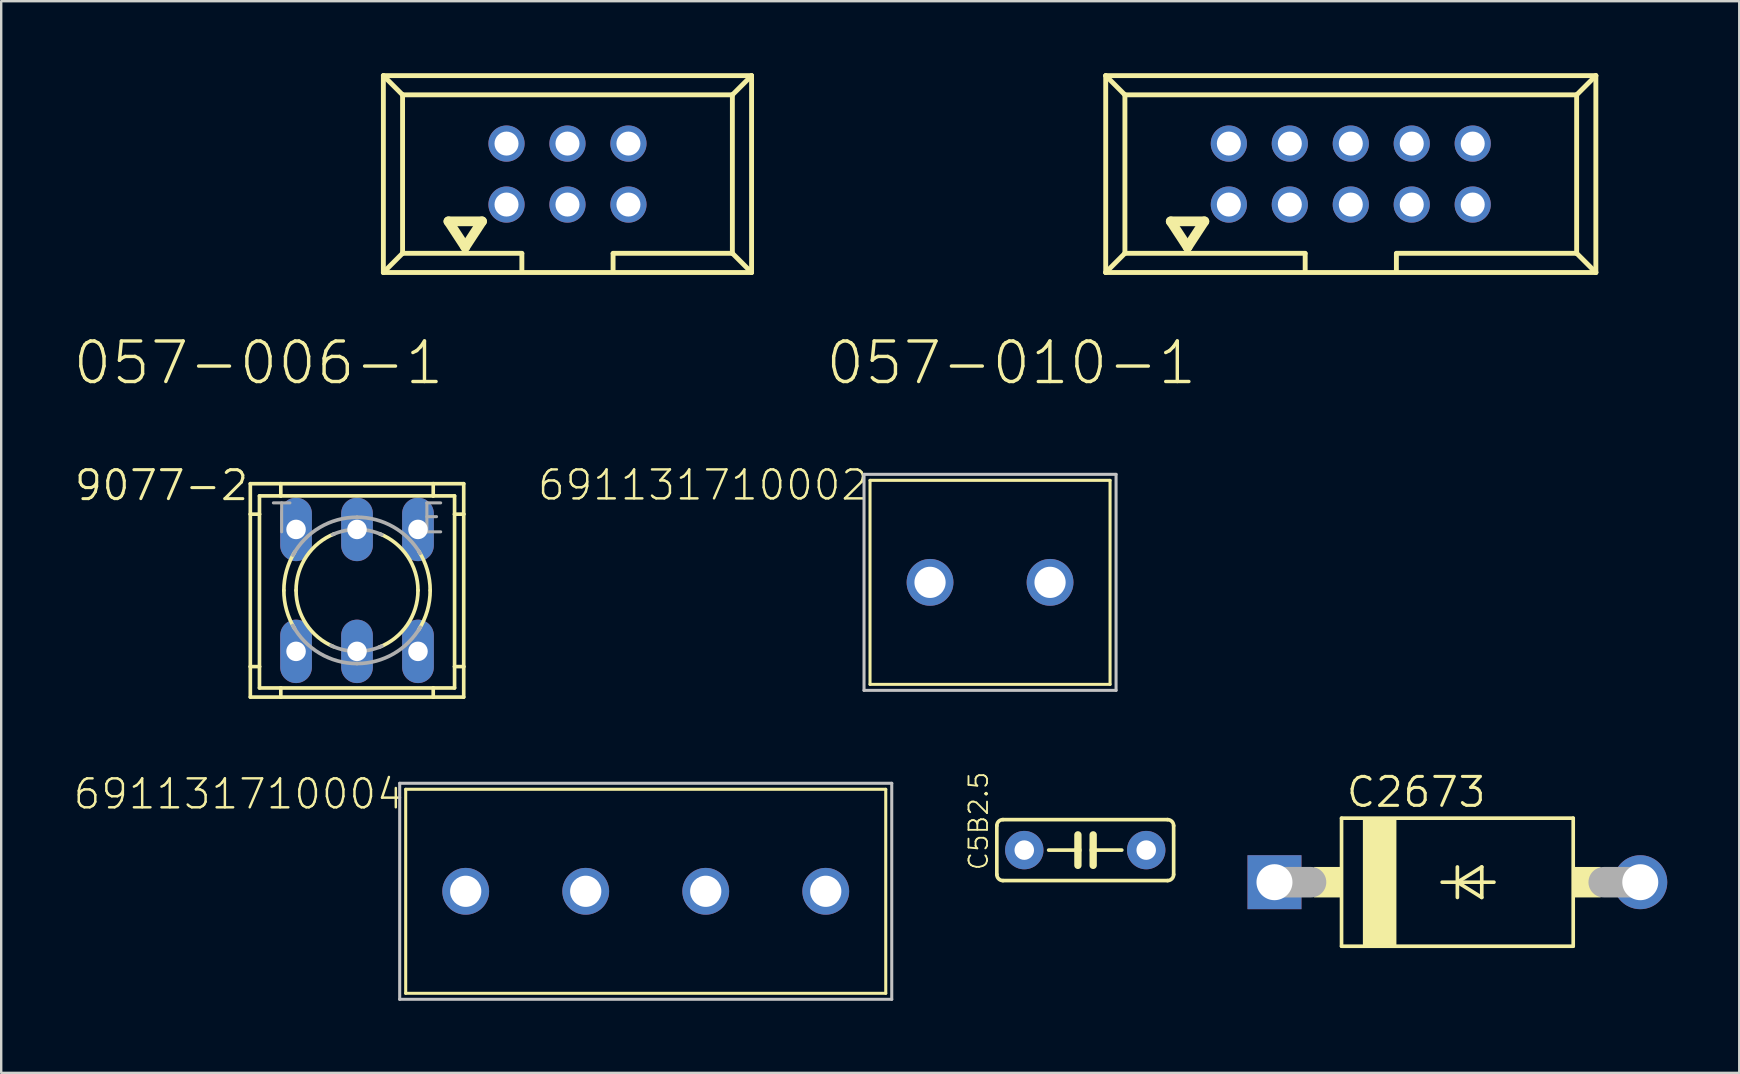
<source format=kicad_pcb>
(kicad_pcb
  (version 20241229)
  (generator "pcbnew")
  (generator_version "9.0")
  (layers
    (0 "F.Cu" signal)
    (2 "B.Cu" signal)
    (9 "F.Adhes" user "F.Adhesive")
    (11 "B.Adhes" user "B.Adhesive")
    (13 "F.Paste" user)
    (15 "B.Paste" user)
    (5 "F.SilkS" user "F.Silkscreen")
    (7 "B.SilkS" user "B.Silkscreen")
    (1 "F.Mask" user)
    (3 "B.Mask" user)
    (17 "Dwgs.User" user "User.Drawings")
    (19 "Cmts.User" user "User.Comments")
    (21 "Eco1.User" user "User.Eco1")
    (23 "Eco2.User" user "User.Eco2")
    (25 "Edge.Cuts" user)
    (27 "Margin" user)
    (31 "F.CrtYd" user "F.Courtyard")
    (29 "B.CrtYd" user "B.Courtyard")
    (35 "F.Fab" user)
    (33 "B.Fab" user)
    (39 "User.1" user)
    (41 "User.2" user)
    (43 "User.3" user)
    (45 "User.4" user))
  (footprint "057-006-1"
    (layer "F.Cu")
    (at 20.592 4.202)
    (property "Reference" "057-006-1" (at -5.06 6.88 0) (layer "F.SilkS") (effects (font (size 1.689 1.689) (thickness 0.142)) (justify right top)))
    (attr through_hole)
    (fp_line (start -7.67 -4.1) (end -6.87 -3.3) (stroke (width 0.203) (type solid)) (layer "F.SilkS"))
    (fp_line (start -7.67 4.1) (end -7.67 -4.1) (stroke (width 0.203) (type solid)) (layer "F.SilkS"))
    (fp_line (start -7.67 4.1) (end -6.87 3.3) (stroke (width 0.203) (type solid)) (layer "F.SilkS"))
    (fp_line (start -7.67 4.1) (end 7.67 4.1) (stroke (width 0.203) (type solid)) (layer "F.SilkS"))
    (fp_line (start -6.87 -3.3) (end 6.87 -3.3) (stroke (width 0.203) (type solid)) (layer "F.SilkS"))
    (fp_line (start -6.87 3.3) (end -6.87 -3.3) (stroke (width 0.203) (type solid)) (layer "F.SilkS"))
    (fp_line (start -4.96 1.97) (end -4.26 3.04) (stroke (width 0.406) (type solid)) (layer "F.SilkS"))
    (fp_line (start -4.26 3.04) (end -3.56 1.97) (stroke (width 0.406) (type solid)) (layer "F.SilkS"))
    (fp_line (start -3.56 1.97) (end -4.96 1.97) (stroke (width 0.406) (type solid)) (layer "F.SilkS"))
    (fp_line (start -1.9 3.3) (end -6.87 3.3) (stroke (width 0.203) (type solid)) (layer "F.SilkS"))
    (fp_line (start -1.9 3.32) (end -1.9 4.03) (stroke (width 0.203) (type solid)) (layer "F.SilkS"))
    (fp_line (start 1.9 3.32) (end 1.9 4.03) (stroke (width 0.203) (type solid)) (layer "F.SilkS"))
    (fp_line (start 6.87 -3.3) (end 6.87 3.3) (stroke (width 0.203) (type solid)) (layer "F.SilkS"))
    (fp_line (start 6.87 3.3) (end 1.9 3.3) (stroke (width 0.203) (type solid)) (layer "F.SilkS"))
    (fp_line (start 6.87 3.3) (end 7.67 4.1) (stroke (width 0.203) (type solid)) (layer "F.SilkS"))
    (fp_line (start 7.67 -4.1) (end -7.67 -4.1) (stroke (width 0.203) (type solid)) (layer "F.SilkS"))
    (fp_line (start 7.67 -4.1) (end 6.87 -3.3) (stroke (width 0.203) (type solid)) (layer "F.SilkS"))
    (fp_line (start 7.67 4.1) (end 7.67 -4.1) (stroke (width 0.203) (type solid)) (layer "F.SilkS"))
    (pad "1" thru_hole circle (at -2.54 1.27) (size 1.508 1.508) (drill 1) (layers "*.Cu" "*.Mask"))
    (pad "2" thru_hole circle (at -2.54 -1.27) (size 1.508 1.508) (drill 1) (layers "*.Cu" "*.Mask"))
    (pad "3" thru_hole circle (at 0 1.27) (size 1.508 1.508) (drill 1) (layers "*.Cu" "*.Mask"))
    (pad "4" thru_hole circle (at 0 -1.27) (size 1.508 1.508) (drill 1) (layers "*.Cu" "*.Mask"))
    (pad "5" thru_hole circle (at 2.54 1.27) (size 1.508 1.508) (drill 1) (layers "*.Cu" "*.Mask"))
    (pad "6" thru_hole circle (at 2.54 -1.27) (size 1.508 1.508) (drill 1) (layers "*.Cu" "*.Mask")))
  (footprint "057-010-1"
    (layer "F.Cu")
    (at 53.226 4.202)
    (property "Reference" "057-010-1" (at -6.33 6.88 0) (layer "F.SilkS") (effects (font (size 1.689 1.689) (thickness 0.142)) (justify right top)))
    (attr through_hole)
    (fp_line (start -10.21 -4.1) (end -9.41 -3.3) (stroke (width 0.203) (type solid)) (layer "F.SilkS"))
    (fp_line (start -10.21 4.1) (end -10.21 -4.1) (stroke (width 0.203) (type solid)) (layer "F.SilkS"))
    (fp_line (start -10.21 4.1) (end -9.41 3.3) (stroke (width 0.203) (type solid)) (layer "F.SilkS"))
    (fp_line (start -10.21 4.1) (end 10.21 4.1) (stroke (width 0.203) (type solid)) (layer "F.SilkS"))
    (fp_line (start -9.41 -3.3) (end 9.41 -3.3) (stroke (width 0.203) (type solid)) (layer "F.SilkS"))
    (fp_line (start -9.41 3.3) (end -9.41 -3.3) (stroke (width 0.203) (type solid)) (layer "F.SilkS"))
    (fp_line (start -7.5 1.97) (end -6.8 3.04) (stroke (width 0.406) (type solid)) (layer "F.SilkS"))
    (fp_line (start -6.8 3.04) (end -6.1 1.97) (stroke (width 0.406) (type solid)) (layer "F.SilkS"))
    (fp_line (start -6.1 1.97) (end -7.5 1.97) (stroke (width 0.406) (type solid)) (layer "F.SilkS"))
    (fp_line (start -1.9 3.3) (end -9.41 3.3) (stroke (width 0.203) (type solid)) (layer "F.SilkS"))
    (fp_line (start -1.9 3.32) (end -1.9 4.03) (stroke (width 0.203) (type solid)) (layer "F.SilkS"))
    (fp_line (start 1.9 3.32) (end 1.9 4.03) (stroke (width 0.203) (type solid)) (layer "F.SilkS"))
    (fp_line (start 9.41 -3.3) (end 9.41 3.3) (stroke (width 0.203) (type solid)) (layer "F.SilkS"))
    (fp_line (start 9.41 3.3) (end 1.9 3.3) (stroke (width 0.203) (type solid)) (layer "F.SilkS"))
    (fp_line (start 9.41 3.3) (end 10.21 4.1) (stroke (width 0.203) (type solid)) (layer "F.SilkS"))
    (fp_line (start 10.21 -4.1) (end -10.21 -4.1) (stroke (width 0.203) (type solid)) (layer "F.SilkS"))
    (fp_line (start 10.21 -4.1) (end 9.41 -3.3) (stroke (width 0.203) (type solid)) (layer "F.SilkS"))
    (fp_line (start 10.21 4.1) (end 10.21 -4.1) (stroke (width 0.203) (type solid)) (layer "F.SilkS"))
    (pad "1" thru_hole circle (at -5.08 1.27) (size 1.508 1.508) (drill 1) (layers "*.Cu" "*.Mask"))
    (pad "2" thru_hole circle (at -5.08 -1.27) (size 1.508 1.508) (drill 1) (layers "*.Cu" "*.Mask"))
    (pad "3" thru_hole circle (at -2.54 1.27) (size 1.508 1.508) (drill 1) (layers "*.Cu" "*.Mask"))
    (pad "4" thru_hole circle (at -2.54 -1.27) (size 1.508 1.508) (drill 1) (layers "*.Cu" "*.Mask"))
    (pad "5" thru_hole circle (at 0 1.27) (size 1.508 1.508) (drill 1) (layers "*.Cu" "*.Mask"))
    (pad "6" thru_hole circle (at 0 -1.27) (size 1.508 1.508) (drill 1) (layers "*.Cu" "*.Mask"))
    (pad "7" thru_hole circle (at 2.54 1.27) (size 1.508 1.508) (drill 1) (layers "*.Cu" "*.Mask"))
    (pad "8" thru_hole circle (at 2.54 -1.27) (size 1.508 1.508) (drill 1) (layers "*.Cu" "*.Mask"))
    (pad "9" thru_hole circle (at 5.08 1.27) (size 1.508 1.508) (drill 1) (layers "*.Cu" "*.Mask"))
    (pad "10" thru_hole circle (at 5.08 -1.27) (size 1.508 1.508) (drill 1) (layers "*.Cu" "*.Mask")))
  (footprint "691131710002"
    (layer "F.Cu")
    (at 38.197 21.212)
    (property "Reference" "691131710002" (at -5 -4.758 0) (layer "F.SilkS") (effects (font (size 1.206 1.206) (thickness 0.102)) (justify right top)))
    (attr through_hole)
    (fp_line (start -5 -4.25) (end 5 -4.25) (stroke (width 0.127) (type solid)) (layer "F.SilkS"))
    (fp_line (start -5 4.25) (end -5 -4.25) (stroke (width 0.127) (type solid)) (layer "F.SilkS"))
    (fp_line (start 5 -4.25) (end 5 4.25) (stroke (width 0.127) (type solid)) (layer "F.SilkS"))
    (fp_line (start 5 4.25) (end -5 4.25) (stroke (width 0.127) (type solid)) (layer "F.SilkS"))
    (fp_line (start -5.25 -4.5) (end 5.25 -4.5) (stroke (width 0.127) (type solid)) (layer "Dwgs.User"))
    (fp_line (start -5.25 4.5) (end -5.25 -4.5) (stroke (width 0.127) (type solid)) (layer "Dwgs.User"))
    (fp_line (start 5.25 -4.5) (end 5.25 4.5) (stroke (width 0.127) (type solid)) (layer "Dwgs.User"))
    (fp_line (start 5.25 4.5) (end -5.25 4.5) (stroke (width 0.127) (type solid)) (layer "Dwgs.User"))
    (pad "1" thru_hole circle (at -2.5 0) (size 1.95 1.95) (drill 1.3) (layers "*.Cu" "*.Mask"))
    (pad "2" thru_hole circle (at 2.5 0) (size 1.95 1.95) (drill 1.3) (layers "*.Cu" "*.Mask")))
  (footprint "691131710004"
    (layer "F.Cu")
    (at 23.852 34.083)
    (property "Reference" "691131710004" (at -10 -4.758 0) (layer "F.SilkS") (effects (font (size 1.206 1.206) (thickness 0.102)) (justify right top)))
    (attr through_hole)
    (fp_line (start -10 -4.25) (end 10 -4.25) (stroke (width 0.127) (type solid)) (layer "F.SilkS"))
    (fp_line (start -10 4.25) (end -10 -4.25) (stroke (width 0.127) (type solid)) (layer "F.SilkS"))
    (fp_line (start 10 -4.25) (end 10 4.25) (stroke (width 0.127) (type solid)) (layer "F.SilkS"))
    (fp_line (start 10 4.25) (end -10 4.25) (stroke (width 0.127) (type solid)) (layer "F.SilkS"))
    (fp_line (start -10.25 -4.5) (end 10.25 -4.5) (stroke (width 0.127) (type solid)) (layer "Dwgs.User"))
    (fp_line (start -10.25 4.5) (end -10.25 -4.5) (stroke (width 0.127) (type solid)) (layer "Dwgs.User"))
    (fp_line (start 10.25 -4.5) (end 10.25 4.5) (stroke (width 0.127) (type solid)) (layer "Dwgs.User"))
    (fp_line (start 10.25 4.5) (end -10.25 4.5) (stroke (width 0.127) (type solid)) (layer "Dwgs.User"))
    (pad "1" thru_hole circle (at -7.5 0) (size 1.95 1.95) (drill 1.3) (layers "*.Cu" "*.Mask"))
    (pad "2" thru_hole circle (at -2.5 0) (size 1.95 1.95) (drill 1.3) (layers "*.Cu" "*.Mask"))
    (pad "3" thru_hole circle (at 2.5 0) (size 1.95 1.95) (drill 1.3) (layers "*.Cu" "*.Mask"))
    (pad "4" thru_hole circle (at 7.5 0) (size 1.95 1.95) (drill 1.3) (layers "*.Cu" "*.Mask")))
  (footprint "C2673"
    (layer "F.Cu")
    (at 57.667 33.704)
    (property "Reference" "C2673" (at -4.699 -3.048 0) (layer "F.SilkS") (effects (font (size 1.206 1.206) (thickness 0.127)) (justify left bottom)))
    (attr through_hole)
    (fp_line (start -4.826 -2.667) (end -4.826 2.667) (stroke (width 0.152) (type solid)) (layer "F.SilkS"))
    (fp_line (start -4.826 -2.667) (end 4.826 -2.667) (stroke (width 0.152) (type solid)) (layer "F.SilkS"))
    (fp_line (start -0.635 0) (end 0 0) (stroke (width 0.152) (type solid)) (layer "F.SilkS"))
    (fp_line (start 0 -0.635) (end 0 0) (stroke (width 0.152) (type solid)) (layer "F.SilkS"))
    (fp_line (start 0 0) (end 0 0.635) (stroke (width 0.152) (type solid)) (layer "F.SilkS"))
    (fp_line (start 0 0) (end 1.016 -0.635) (stroke (width 0.152) (type solid)) (layer "F.SilkS"))
    (fp_line (start 0 0) (end 1.524 0) (stroke (width 0.152) (type solid)) (layer "F.SilkS"))
    (fp_line (start 1.016 -0.635) (end 1.016 0.635) (stroke (width 0.152) (type solid)) (layer "F.SilkS"))
    (fp_line (start 1.016 0.635) (end 0 0) (stroke (width 0.152) (type solid)) (layer "F.SilkS"))
    (fp_line (start 4.826 2.667) (end -4.826 2.667) (stroke (width 0.152) (type solid)) (layer "F.SilkS"))
    (fp_line (start 4.826 2.667) (end 4.826 -2.667) (stroke (width 0.152) (type solid)) (layer "F.SilkS"))
    (fp_poly (pts (xy -5.969 0.635) (xy -4.826 0.635) (xy -4.826 -0.635) (xy -5.969 -0.635)) (stroke (width 0) (type solid)) (fill yes) (layer "F.SilkS"))
    (fp_poly (pts (xy -3.937 2.667) (xy -2.54 2.667) (xy -2.54 -2.667) (xy -3.937 -2.667)) (stroke (width 0) (type solid)) (fill yes) (layer "F.SilkS"))
    (fp_poly (pts (xy 4.826 0.635) (xy 5.969 0.635) (xy 5.969 -0.635) (xy 4.826 -0.635)) (stroke (width 0) (type solid)) (fill yes) (layer "F.SilkS"))
    (fp_line (start -7.62 0) (end -6.096 0) (stroke (width 1.27) (type solid)) (layer "F.Fab"))
    (fp_line (start 7.62 0) (end 6.096 0) (stroke (width 1.27) (type solid)) (layer "F.Fab"))
    (pad "A" thru_hole circle (at 7.62 0) (size 2.248 2.248) (drill 1.499) (layers "*.Cu" "*.Mask"))
    (pad "C" thru_hole rect (at -7.62 0) (size 2.248 2.248) (drill 1.499) (layers "*.Cu" "*.Mask")))
  (footprint "C5B2.5"
    (layer "F.Cu")
    (at 42.163 32.367)
    (property "Reference" "C5B2.5" (at -3.994 0.897 90) (layer "F.SilkS") (effects (font (size 0.772 0.772) (thickness 0.077)) (justify left bottom)))
    (attr through_hole)
    (fp_line (start -3.683 -1.016) (end -3.683 1.016) (stroke (width 0.152) (type solid)) (layer "F.SilkS"))
    (fp_line (start -3.429 1.27) (end 3.429 1.27) (stroke (width 0.152) (type solid)) (layer "F.SilkS"))
    (fp_line (start -0.305 -0.635) (end -0.305 0) (stroke (width 0.305) (type solid)) (layer "F.SilkS"))
    (fp_line (start -0.305 0) (end -1.524 0) (stroke (width 0.152) (type solid)) (layer "F.SilkS"))
    (fp_line (start -0.305 0) (end -0.305 0.635) (stroke (width 0.305) (type solid)) (layer "F.SilkS"))
    (fp_line (start 0.33 -0.635) (end 0.33 0) (stroke (width 0.305) (type solid)) (layer "F.SilkS"))
    (fp_line (start 0.33 0) (end 0.33 0.635) (stroke (width 0.305) (type solid)) (layer "F.SilkS"))
    (fp_line (start 0.33 0) (end 1.524 0) (stroke (width 0.152) (type solid)) (layer "F.SilkS"))
    (fp_line (start 3.429 -1.27) (end -3.429 -1.27) (stroke (width 0.152) (type solid)) (layer "F.SilkS"))
    (fp_line (start 3.683 1.016) (end 3.683 -1.016) (stroke (width 0.152) (type solid)) (layer "F.SilkS"))
    (fp_arc (start -3.683 -1.016) (mid -3.608605 -1.195605) (end -3.429 -1.27) (stroke (width 0.1524) (type solid)) (layer "F.SilkS"))
    (fp_arc (start -3.429 1.27) (mid -3.608605 1.195605) (end -3.683 1.016) (stroke (width 0.1524) (type solid)) (layer "F.SilkS"))
    (fp_arc (start 3.429 -1.27) (mid 3.608605 -1.195605) (end 3.683 -1.016) (stroke (width 0.1524) (type solid)) (layer "F.SilkS"))
    (fp_arc (start 3.683 1.016) (mid 3.608605 1.195605) (end 3.429 1.27) (stroke (width 0.1524) (type solid)) (layer "F.SilkS"))
    (pad "1" thru_hole circle (at -2.54 0) (size 1.6 1.6) (drill 0.813) (layers "*.Cu" "*.Mask"))
    (pad "2" thru_hole circle (at 2.54 0) (size 1.6 1.6) (drill 0.813) (layers "*.Cu" "*.Mask")))
  (footprint "9077-2"
    (layer "F.Cu")
    (at 11.824 21.547)
    (property "Reference" "9077-2" (at -4.445 -5.08 0) (layer "F.SilkS") (effects (font (size 1.206 1.206) (thickness 0.127)) (justify right top)))
    (attr through_hole)
    (fp_line (start -4.445 -4.445) (end -4.445 -3.175) (stroke (width 0.152) (type solid)) (layer "F.SilkS"))
    (fp_line (start -4.445 -4.445) (end -3.175 -4.445) (stroke (width 0.152) (type solid)) (layer "F.SilkS"))
    (fp_line (start -4.445 -3.175) (end -4.445 3.175) (stroke (width 0.152) (type solid)) (layer "F.SilkS"))
    (fp_line (start -4.445 -3.175) (end -4.064 -3.175) (stroke (width 0.152) (type solid)) (layer "F.SilkS"))
    (fp_line (start -4.445 3.175) (end -4.445 4.445) (stroke (width 0.152) (type solid)) (layer "F.SilkS"))
    (fp_line (start -4.445 3.175) (end -4.064 3.175) (stroke (width 0.152) (type solid)) (layer "F.SilkS"))
    (fp_line (start -4.064 -3.937) (end -4.064 -3.175) (stroke (width 0.152) (type solid)) (layer "F.SilkS"))
    (fp_line (start -4.064 -3.937) (end -3.175 -3.937) (stroke (width 0.152) (type solid)) (layer "F.SilkS"))
    (fp_line (start -4.064 -3.175) (end -4.064 3.175) (stroke (width 0.152) (type solid)) (layer "F.SilkS"))
    (fp_line (start -4.064 3.175) (end -4.064 4.064) (stroke (width 0.152) (type solid)) (layer "F.SilkS"))
    (fp_line (start -3.175 -4.445) (end 3.175 -4.445) (stroke (width 0.152) (type solid)) (layer "F.SilkS"))
    (fp_line (start -3.175 -3.937) (end -3.175 -4.445) (stroke (width 0.152) (type solid)) (layer "F.SilkS"))
    (fp_line (start -3.175 -3.937) (end 3.175 -3.937) (stroke (width 0.152) (type solid)) (layer "F.SilkS"))
    (fp_line (start -3.175 4.064) (end -4.064 4.064) (stroke (width 0.152) (type solid)) (layer "F.SilkS"))
    (fp_line (start -3.175 4.445) (end -4.445 4.445) (stroke (width 0.152) (type solid)) (layer "F.SilkS"))
    (fp_line (start -3.175 4.445) (end -3.175 4.064) (stroke (width 0.152) (type solid)) (layer "F.SilkS"))
    (fp_line (start 3.175 -4.445) (end 4.445 -4.445) (stroke (width 0.152) (type solid)) (layer "F.SilkS"))
    (fp_line (start 3.175 -3.937) (end 3.175 -4.445) (stroke (width 0.152) (type solid)) (layer "F.SilkS"))
    (fp_line (start 3.175 -3.937) (end 4.064 -3.937) (stroke (width 0.152) (type solid)) (layer "F.SilkS"))
    (fp_line (start 3.175 4.064) (end -3.175 4.064) (stroke (width 0.152) (type solid)) (layer "F.SilkS"))
    (fp_line (start 3.175 4.445) (end -3.175 4.445) (stroke (width 0.152) (type solid)) (layer "F.SilkS"))
    (fp_line (start 3.175 4.445) (end 3.175 4.064) (stroke (width 0.152) (type solid)) (layer "F.SilkS"))
    (fp_line (start 4.064 -3.175) (end 4.064 -3.937) (stroke (width 0.152) (type solid)) (layer "F.SilkS"))
    (fp_line (start 4.064 -3.175) (end 4.445 -3.175) (stroke (width 0.152) (type solid)) (layer "F.SilkS"))
    (fp_line (start 4.064 3.175) (end 4.064 -3.175) (stroke (width 0.152) (type solid)) (layer "F.SilkS"))
    (fp_line (start 4.064 3.175) (end 4.445 3.175) (stroke (width 0.152) (type solid)) (layer "F.SilkS"))
    (fp_line (start 4.064 4.064) (end 3.175 4.064) (stroke (width 0.152) (type solid)) (layer "F.SilkS"))
    (fp_line (start 4.064 4.064) (end 4.064 3.175) (stroke (width 0.152) (type solid)) (layer "F.SilkS"))
    (fp_line (start 4.445 -3.175) (end 4.445 -4.445) (stroke (width 0.152) (type solid)) (layer "F.SilkS"))
    (fp_line (start 4.445 3.175) (end 4.445 -3.175) (stroke (width 0.152) (type solid)) (layer "F.SilkS"))
    (fp_line (start 4.445 4.445) (end 3.175 4.445) (stroke (width 0.152) (type solid)) (layer "F.SilkS"))
    (fp_line (start 4.445 4.445) (end 4.445 3.175) (stroke (width 0.152) (type solid)) (layer "F.SilkS"))
    (fp_arc (start -3.048 0) (mid -2.932801 -0.830073) (end -2.5959 -1.5974) (stroke (width 0.1524) (type solid)) (layer "F.SilkS"))
    (fp_arc (start -2.6008 1.5894) (mid -2.934073 0.825558) (end -3.048 0) (stroke (width 0.1524) (type solid)) (layer "F.SilkS"))
    (fp_arc (start -2.54 0) (mid -2.103269 -1.423986) (end -0.943301 -2.3583) (stroke (width 0.1524) (type solid)) (layer "F.SilkS"))
    (fp_arc (start -0.9769 2.3446) (mid -2.113394 1.408934) (end -2.54 0) (stroke (width 0.1524) (type solid)) (layer "F.SilkS"))
    (fp_arc (start 0.9433 -2.3583) (mid 2.10331 -1.423995) (end 2.5401 0) (stroke (width 0.1524) (type solid)) (layer "F.SilkS"))
    (fp_arc (start 2.54 0) (mid 2.093749 1.437989) (end 0.9118 2.3707) (stroke (width 0.1524) (type solid)) (layer "F.SilkS"))
    (fp_arc (start 2.5715 -1.6364) (mid 2.926456 -0.852183) (end 3.048 0) (stroke (width 0.1524) (type solid)) (layer "F.SilkS"))
    (fp_arc (start 3.048 0) (mid 2.926456 0.852183) (end 2.5715 1.6364) (stroke (width 0.1524) (type solid)) (layer "F.SilkS"))
    (fp_arc (start -2.6707 -1.4689) (mid -1.551306 -2.623691) (end 0 -3.048) (stroke (width 0.1524) (type solid)) (layer "F.Fab"))
    (fp_arc (start -1.0181 -2.327) (mid -0.52007 -2.486173) (end 0 -2.54) (stroke (width 0.1524) (type solid)) (layer "F.Fab"))
    (fp_arc (start 0 -3.048) (mid 1.513277 -2.645822) (end 2.6272 -1.5454) (stroke (width 0.1524) (type solid)) (layer "F.Fab"))
    (fp_arc (start 0 -2.54) (mid 0.527286 -2.484678) (end 1.0316 -2.3211) (stroke (width 0.1524) (type solid)) (layer "F.Fab"))
    (fp_arc (start 0 2.54) (mid -0.554098 2.478801) (end -1.0815 2.2982) (stroke (width 0.1524) (type solid)) (layer "F.Fab"))
    (fp_arc (start 0 3.048) (mid -1.555888 2.620948) (end -2.6758 1.4595) (stroke (width 0.1524) (type solid)) (layer "F.Fab"))
    (fp_arc (start 1.0316 2.3211) (mid 0.527286 2.484678) (end 0 2.54) (stroke (width 0.1524) (type solid)) (layer "F.Fab"))
    (fp_arc (start 2.6328 1.5358) (mid 1.51809 2.64305) (end 0 3.048) (stroke (width 0.1524) (type solid)) (layer "F.Fab"))
    (fp_text user "T" (at -3.683 -2.286 0) (layer "F.Fab") (effects (font (size 1.206 1.206) (thickness 0.127)) (justify left bottom)))
    (fp_text user "E" (at 2.54 -2.286 0) (layer "F.Fab") (effects (font (size 1.206 1.206) (thickness 0.127)) (justify left bottom)))
    (pad "1" thru_hole oval (at -2.54 -2.54 90) (size 2.642 1.321) (drill 0.813) (layers "*.Cu" "*.Mask"))
    (pad "2" thru_hole oval (at 0 -2.54 90) (size 2.642 1.321) (drill 0.813) (layers "*.Cu" "*.Mask"))
    (pad "3" thru_hole oval (at 2.54 -2.54 90) (size 2.642 1.321) (drill 0.813) (layers "*.Cu" "*.Mask"))
    (pad "4" thru_hole oval (at -2.54 2.54 90) (size 2.642 1.321) (drill 0.813) (layers "*.Cu" "*.Mask"))
    (pad "5" thru_hole oval (at 0 2.54 90) (size 2.642 1.321) (drill 0.813) (layers "*.Cu" "*.Mask"))
    (pad "6" thru_hole oval (at 2.54 2.54 90) (size 2.642 1.321) (drill 0.813) (layers "*.Cu" "*.Mask")))
  (gr_rect
    (start -3 -3)
    (end 69.41 41.647)
    (stroke (width 0.1) (type default))
    (fill no)
    (layer "Edge.Cuts")))
</source>
